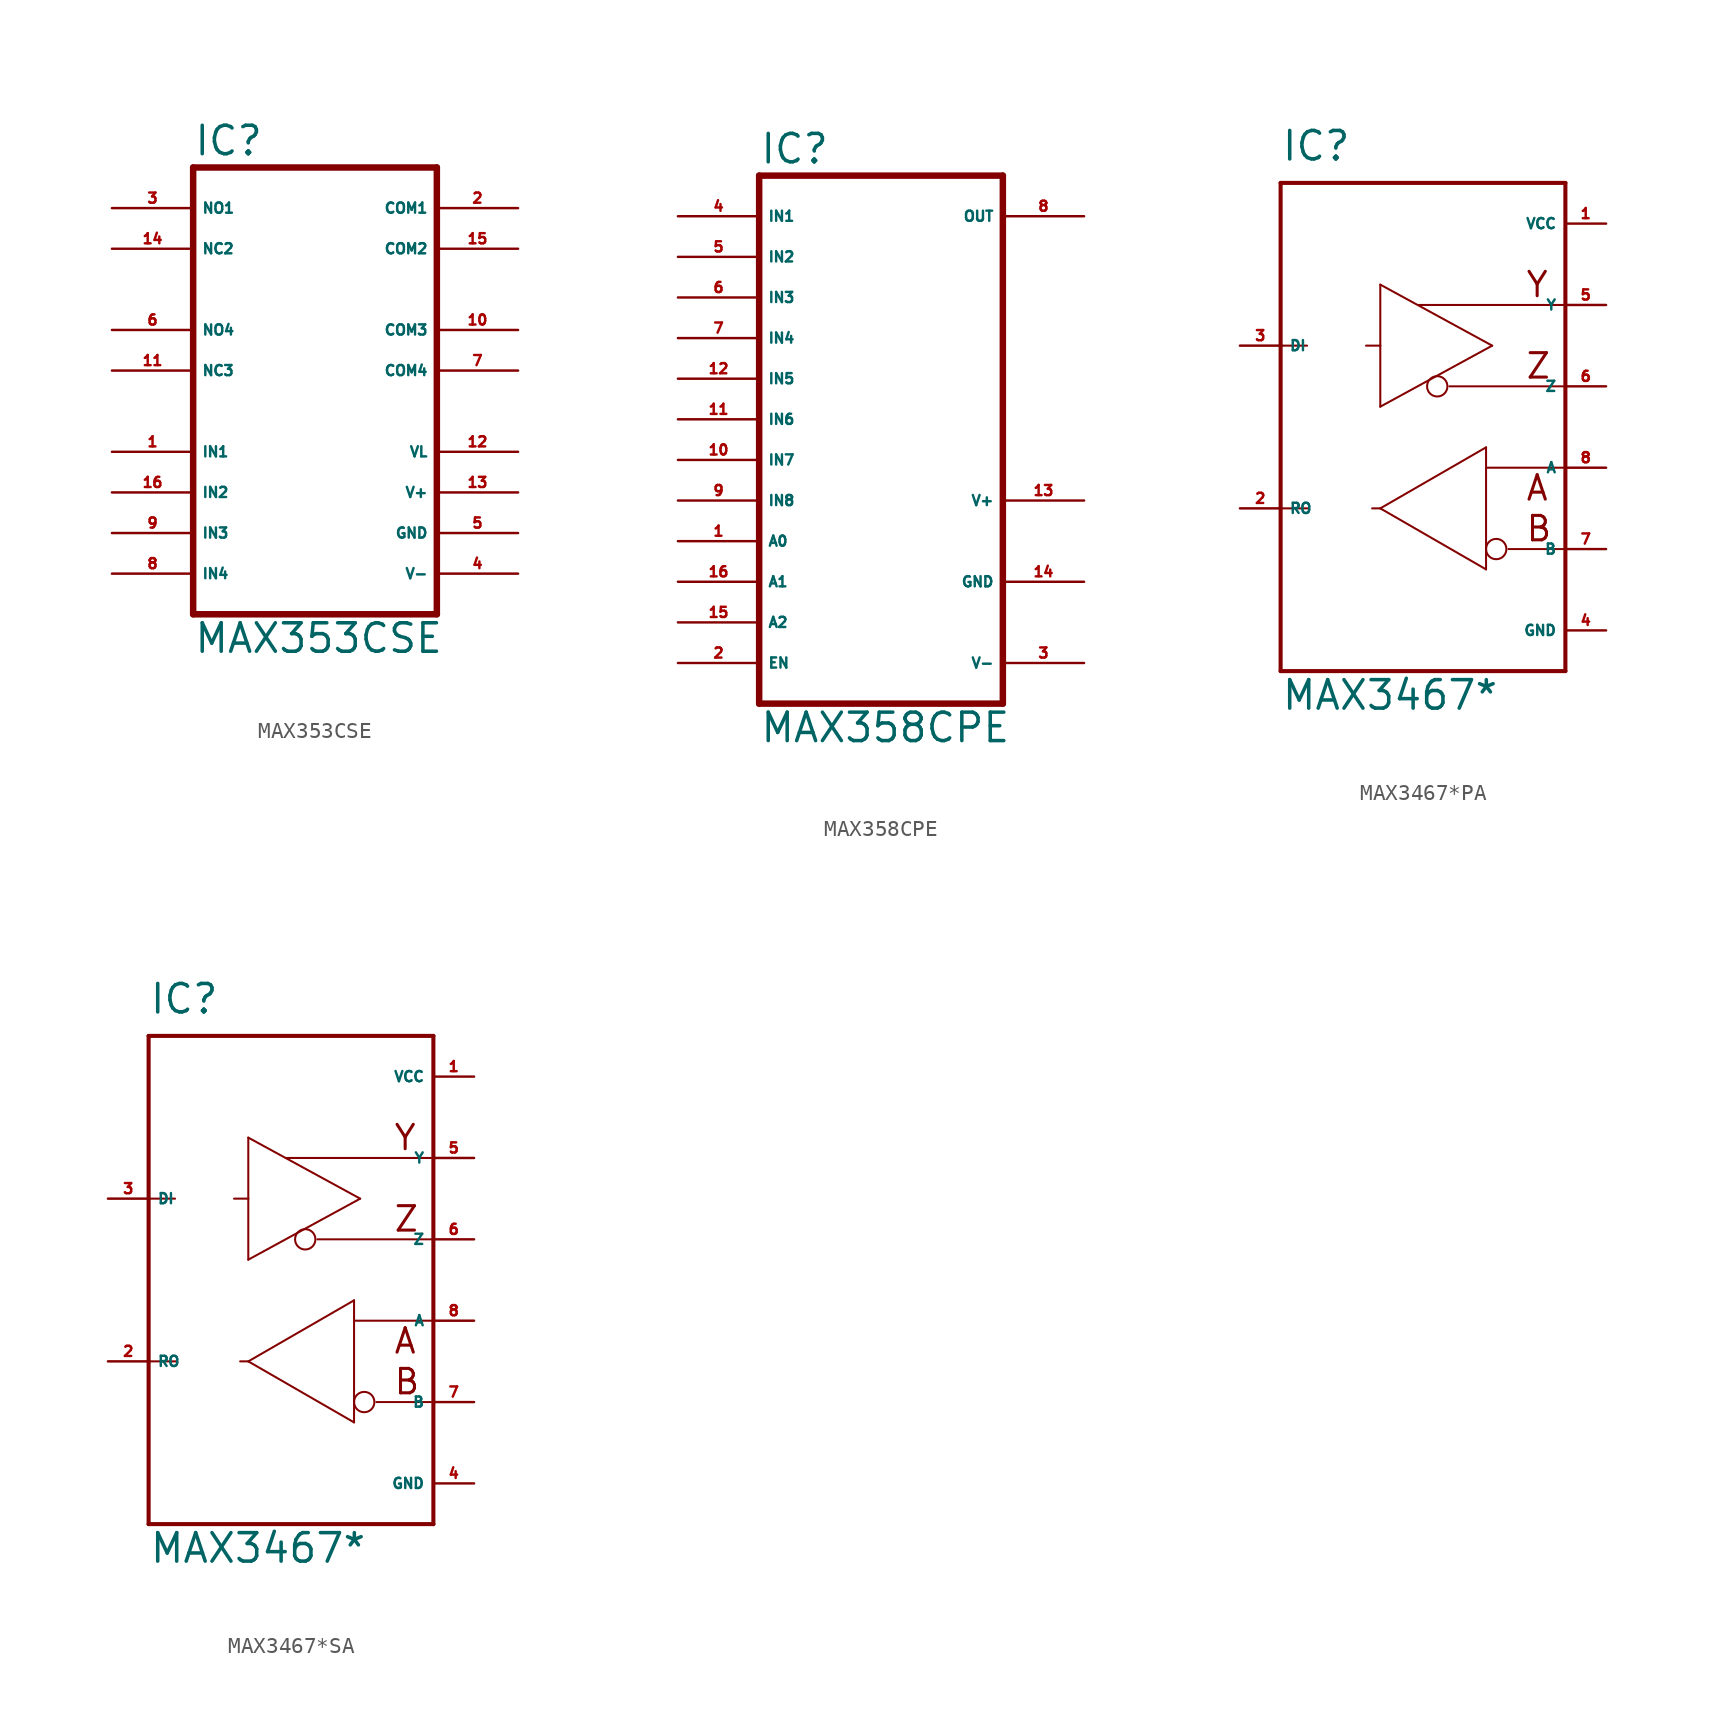
<source format=kicad_sym>
(kicad_symbol_lib
  (version 20220914)
  (generator Eagle2Kicad)
  (symbol "MAX353CSE"
    (property "Reference" "IC"
      (at -7.62 13.335 0)
      (effects (font (size 1.778 1.778) (thickness 0.22)) (justify left bottom)))
    (property "Value" "MAX353CSE"
      (at -7.62 -17.78 0)
      (effects (font (size 1.778 1.778) (thickness 0.22)) (justify left bottom)))
    (polyline
      (pts (xy 7.62 -15.24) (xy -7.62 -15.24))
      (stroke (width 0.406) (type default))
      (fill (type none)))
    (polyline
      (pts (xy -7.62 -15.24) (xy -7.62 12.7))
      (stroke (width 0.406) (type default))
      (fill (type none)))
    (polyline
      (pts (xy -7.62 12.7) (xy 7.62 12.7))
      (stroke (width 0.406) (type default))
      (fill (type none)))
    (polyline
      (pts (xy 7.62 12.7) (xy 7.62 -15.24))
      (stroke (width 0.406) (type default))
      (fill (type none)))
    (pin input line
      (at -12.7 -5.08 0)
      (length 5.08)
      (name "IN1" (effects (font (size 0.635 0.635) (thickness 0.08)) (justify left bottom)))
      (number "1" (effects (font (size 0.635 0.635) (thickness 0.08)) (justify left bottom))))
    (pin input line
      (at -12.7 -7.62 0)
      (length 5.08)
      (name "IN2" (effects (font (size 0.635 0.635) (thickness 0.08)) (justify left bottom)))
      (number "16" (effects (font (size 0.635 0.635) (thickness 0.08)) (justify left bottom))))
    (pin input line
      (at -12.7 -10.16 0)
      (length 5.08)
      (name "IN3" (effects (font (size 0.635 0.635) (thickness 0.08)) (justify left bottom)))
      (number "9" (effects (font (size 0.635 0.635) (thickness 0.08)) (justify left bottom))))
    (pin input line
      (at -12.7 -12.7 0)
      (length 5.08)
      (name "IN4" (effects (font (size 0.635 0.635) (thickness 0.08)) (justify left bottom)))
      (number "8" (effects (font (size 0.635 0.635) (thickness 0.08)) (justify left bottom))))
    (pin passive line
      (at -12.7 10.16 0)
      (length 5.08)
      (name "NO1" (effects (font (size 0.635 0.635) (thickness 0.08)) (justify left bottom)))
      (number "3" (effects (font (size 0.635 0.635) (thickness 0.08)) (justify left bottom))))
    (pin passive line
      (at -12.7 7.62 0)
      (length 5.08)
      (name "NC2" (effects (font (size 0.635 0.635) (thickness 0.08)) (justify left bottom)))
      (number "14" (effects (font (size 0.635 0.635) (thickness 0.08)) (justify left bottom))))
    (pin passive line
      (at -12.7 2.54 0)
      (length 5.08)
      (name "NO4" (effects (font (size 0.635 0.635) (thickness 0.08)) (justify left bottom)))
      (number "6" (effects (font (size 0.635 0.635) (thickness 0.08)) (justify left bottom))))
    (pin passive line
      (at -12.7 0 0)
      (length 5.08)
      (name "NC3" (effects (font (size 0.635 0.635) (thickness 0.08)) (justify left bottom)))
      (number "11" (effects (font (size 0.635 0.635) (thickness 0.08)) (justify left bottom))))
    (pin passive line
      (at 12.7 10.16 180)
      (length 5.08)
      (name "COM1" (effects (font (size 0.635 0.635) (thickness 0.08)) (justify left bottom)))
      (number "2" (effects (font (size 0.635 0.635) (thickness 0.08)) (justify left bottom))))
    (pin passive line
      (at 12.7 7.62 180)
      (length 5.08)
      (name "COM2" (effects (font (size 0.635 0.635) (thickness 0.08)) (justify left bottom)))
      (number "15" (effects (font (size 0.635 0.635) (thickness 0.08)) (justify left bottom))))
    (pin passive line
      (at 12.7 2.54 180)
      (length 5.08)
      (name "COM3" (effects (font (size 0.635 0.635) (thickness 0.08)) (justify left bottom)))
      (number "10" (effects (font (size 0.635 0.635) (thickness 0.08)) (justify left bottom))))
    (pin passive line
      (at 12.7 0 180)
      (length 5.08)
      (name "COM4" (effects (font (size 0.635 0.635) (thickness 0.08)) (justify left bottom)))
      (number "7" (effects (font (size 0.635 0.635) (thickness 0.08)) (justify left bottom))))
    (pin unspecified line
      (at 12.7 -7.62 180)
      (length 5.08)
      (name "V+" (effects (font (size 0.635 0.635) (thickness 0.08)) (justify left bottom)))
      (number "13" (effects (font (size 0.635 0.635) (thickness 0.08)) (justify left bottom))))
    (pin unspecified line
      (at 12.7 -5.08 180)
      (length 5.08)
      (name "VL" (effects (font (size 0.635 0.635) (thickness 0.08)) (justify left bottom)))
      (number "12" (effects (font (size 0.635 0.635) (thickness 0.08)) (justify left bottom))))
    (pin unspecified line
      (at 12.7 -10.16 180)
      (length 5.08)
      (name "GND" (effects (font (size 0.635 0.635) (thickness 0.08)) (justify left bottom)))
      (number "5" (effects (font (size 0.635 0.635) (thickness 0.08)) (justify left bottom))))
    (pin unspecified line
      (at 12.7 -12.7 180)
      (length 5.08)
      (name "V-" (effects (font (size 0.635 0.635) (thickness 0.08)) (justify left bottom)))
      (number "4" (effects (font (size 0.635 0.635) (thickness 0.08)) (justify left bottom)))))
  (symbol "MAX358CPE"
    (property "Reference" "IC"
      (at -7.62 15.875 0)
      (effects (font (size 1.778 1.778) (thickness 0.22)) (justify left bottom)))
    (property "Value" "MAX358CPE"
      (at -7.62 -20.32 0)
      (effects (font (size 1.778 1.778) (thickness 0.22)) (justify left bottom)))
    (polyline
      (pts (xy 7.62 -17.78) (xy -7.62 -17.78))
      (stroke (width 0.406) (type default))
      (fill (type none)))
    (polyline
      (pts (xy -7.62 15.24) (xy -7.62 -17.78))
      (stroke (width 0.406) (type default))
      (fill (type none)))
    (polyline
      (pts (xy -7.62 15.24) (xy 7.62 15.24))
      (stroke (width 0.406) (type default))
      (fill (type none)))
    (polyline
      (pts (xy 7.62 -17.78) (xy 7.62 15.24))
      (stroke (width 0.406) (type default))
      (fill (type none)))
    (pin passive line
      (at -12.7 12.7 0)
      (length 5.08)
      (name "IN1" (effects (font (size 0.635 0.635) (thickness 0.08)) (justify left bottom)))
      (number "4" (effects (font (size 0.635 0.635) (thickness 0.08)) (justify left bottom))))
    (pin passive line
      (at -12.7 10.16 0)
      (length 5.08)
      (name "IN2" (effects (font (size 0.635 0.635) (thickness 0.08)) (justify left bottom)))
      (number "5" (effects (font (size 0.635 0.635) (thickness 0.08)) (justify left bottom))))
    (pin passive line
      (at -12.7 7.62 0)
      (length 5.08)
      (name "IN3" (effects (font (size 0.635 0.635) (thickness 0.08)) (justify left bottom)))
      (number "6" (effects (font (size 0.635 0.635) (thickness 0.08)) (justify left bottom))))
    (pin passive line
      (at -12.7 5.08 0)
      (length 5.08)
      (name "IN4" (effects (font (size 0.635 0.635) (thickness 0.08)) (justify left bottom)))
      (number "7" (effects (font (size 0.635 0.635) (thickness 0.08)) (justify left bottom))))
    (pin passive line
      (at -12.7 2.54 0)
      (length 5.08)
      (name "IN5" (effects (font (size 0.635 0.635) (thickness 0.08)) (justify left bottom)))
      (number "12" (effects (font (size 0.635 0.635) (thickness 0.08)) (justify left bottom))))
    (pin passive line
      (at -12.7 0 0)
      (length 5.08)
      (name "IN6" (effects (font (size 0.635 0.635) (thickness 0.08)) (justify left bottom)))
      (number "11" (effects (font (size 0.635 0.635) (thickness 0.08)) (justify left bottom))))
    (pin passive line
      (at -12.7 -2.54 0)
      (length 5.08)
      (name "IN7" (effects (font (size 0.635 0.635) (thickness 0.08)) (justify left bottom)))
      (number "10" (effects (font (size 0.635 0.635) (thickness 0.08)) (justify left bottom))))
    (pin passive line
      (at -12.7 -5.08 0)
      (length 5.08)
      (name "IN8" (effects (font (size 0.635 0.635) (thickness 0.08)) (justify left bottom)))
      (number "9" (effects (font (size 0.635 0.635) (thickness 0.08)) (justify left bottom))))
    (pin input line
      (at -12.7 -15.24 0)
      (length 5.08)
      (name "EN" (effects (font (size 0.635 0.635) (thickness 0.08)) (justify left bottom)))
      (number "2" (effects (font (size 0.635 0.635) (thickness 0.08)) (justify left bottom))))
    (pin passive line
      (at 12.7 12.7 180)
      (length 5.08)
      (name "OUT" (effects (font (size 0.635 0.635) (thickness 0.08)) (justify left bottom)))
      (number "8" (effects (font (size 0.635 0.635) (thickness 0.08)) (justify left bottom))))
    (pin input line
      (at -12.7 -7.62 0)
      (length 5.08)
      (name "A0" (effects (font (size 0.635 0.635) (thickness 0.08)) (justify left bottom)))
      (number "1" (effects (font (size 0.635 0.635) (thickness 0.08)) (justify left bottom))))
    (pin input line
      (at -12.7 -10.16 0)
      (length 5.08)
      (name "A1" (effects (font (size 0.635 0.635) (thickness 0.08)) (justify left bottom)))
      (number "16" (effects (font (size 0.635 0.635) (thickness 0.08)) (justify left bottom))))
    (pin input line
      (at -12.7 -12.7 0)
      (length 5.08)
      (name "A2" (effects (font (size 0.635 0.635) (thickness 0.08)) (justify left bottom)))
      (number "15" (effects (font (size 0.635 0.635) (thickness 0.08)) (justify left bottom))))
    (pin unspecified line
      (at 12.7 -10.16 180)
      (length 5.08)
      (name "GND" (effects (font (size 0.635 0.635) (thickness 0.08)) (justify left bottom)))
      (number "14" (effects (font (size 0.635 0.635) (thickness 0.08)) (justify left bottom))))
    (pin unspecified line
      (at 12.7 -15.24 180)
      (length 5.08)
      (name "V-" (effects (font (size 0.635 0.635) (thickness 0.08)) (justify left bottom)))
      (number "3" (effects (font (size 0.635 0.635) (thickness 0.08)) (justify left bottom))))
    (pin unspecified line
      (at 12.7 -5.08 180)
      (length 5.08)
      (name "V+" (effects (font (size 0.635 0.635) (thickness 0.08)) (justify left bottom)))
      (number "13" (effects (font (size 0.635 0.635) (thickness 0.08)) (justify left bottom)))))
  (symbol "MAX3467*PA"
    (property "Reference" "IC"
      (at -7.62 16.51 0)
      (effects (font (size 1.778 1.778) (thickness 0.22)) (justify left bottom)))
    (property "Value" "MAX3467*"
      (at -7.62 -17.78 0)
      (effects (font (size 1.778 1.778) (thickness 0.22)) (justify left bottom)))
    (polyline
      (pts (xy -7.62 15.24) (xy 10.16 15.24))
      (stroke (width 0.254) (type default))
      (fill (type none)))
    (polyline
      (pts (xy 10.16 15.24) (xy 10.16 -15.24))
      (stroke (width 0.254) (type default))
      (fill (type none)))
    (polyline
      (pts (xy 10.16 -15.24) (xy -7.62 -15.24))
      (stroke (width 0.254) (type default))
      (fill (type none)))
    (polyline
      (pts (xy -7.62 -5.08) (xy -7.62 5.08))
      (stroke (width 0.254) (type default))
      (fill (type none)))
    (polyline
      (pts (xy -7.62 5.08) (xy -7.62 15.24))
      (stroke (width 0.254) (type default))
      (fill (type none)))
    (polyline
      (pts (xy 5.207 -1.27) (xy 5.207 -2.54))
      (stroke (width 0.127) (type default))
      (fill (type none)))
    (polyline
      (pts (xy 5.207 -2.54) (xy 5.207 -8.89))
      (stroke (width 0.127) (type default))
      (fill (type none)))
    (polyline
      (pts (xy 5.207 -8.89) (xy -1.397 -5.08))
      (stroke (width 0.127) (type default))
      (fill (type none)))
    (polyline
      (pts (xy -1.397 -5.08) (xy 5.207 -1.27))
      (stroke (width 0.127) (type default))
      (fill (type none)))
    (polyline
      (pts (xy 5.207 -2.54) (xy 10.033 -2.54))
      (stroke (width 0.127) (type default))
      (fill (type none)))
    (polyline
      (pts (xy 10.033 -7.62) (xy 6.604 -7.62))
      (stroke (width 0.127) (type default))
      (fill (type none)))
    (polyline
      (pts (xy -7.62 -5.08) (xy -5.842 -5.08))
      (stroke (width 0.127) (type default))
      (fill (type none)))
    (polyline
      (pts (xy -1.905 -5.08) (xy -1.397 -5.08))
      (stroke (width 0.127) (type default))
      (fill (type none)))
    (polyline
      (pts (xy -7.62 -5.08) (xy -7.62 -15.24))
      (stroke (width 0.254) (type default))
      (fill (type none)))
    (polyline
      (pts (xy -1.397 1.27) (xy -1.397 5.08))
      (stroke (width 0.127) (type default))
      (fill (type none)))
    (polyline
      (pts (xy -1.397 5.08) (xy -1.397 8.89))
      (stroke (width 0.127) (type default))
      (fill (type none)))
    (polyline
      (pts (xy -1.397 8.89) (xy 5.588 5.08))
      (stroke (width 0.127) (type default))
      (fill (type none)))
    (polyline
      (pts (xy 5.588 5.08) (xy -1.397 1.27))
      (stroke (width 0.127) (type default))
      (fill (type none)))
    (polyline
      (pts (xy -7.62 5.08) (xy -5.969 5.08))
      (stroke (width 0.127) (type default))
      (fill (type none)))
    (polyline
      (pts (xy -2.286 5.08) (xy -1.397 5.08))
      (stroke (width 0.127) (type default))
      (fill (type none)))
    (polyline
      (pts (xy 1.016 7.62) (xy 10.033 7.62))
      (stroke (width 0.127) (type default))
      (fill (type none)))
    (polyline
      (pts (xy 2.921 2.54) (xy 10.033 2.54))
      (stroke (width 0.127) (type default))
      (fill (type none)))
    (text "A"
      (at 7.62 -4.699 0)
      (effects (font (size 1.524 1.524) (thickness 0.19)) (justify left bottom)))
    (text "B"
      (at 7.62 -7.239 0)
      (effects (font (size 1.524 1.524) (thickness 0.19)) (justify left bottom)))
    (text "Z"
      (at 7.62 2.921 0)
      (effects (font (size 1.524 1.524) (thickness 0.19)) (justify left bottom)))
    (text "Y"
      (at 7.62 8.001 0)
      (effects (font (size 1.524 1.524) (thickness 0.19)) (justify left bottom)))
    (circle
      (center 5.842 -7.62)
      (radius 0.635)
      (stroke (width 0.127) (type default))
      (fill (type none)))
    (circle
      (center 2.159 2.54)
      (radius 0.635)
      (stroke (width 0.127) (type default))
      (fill (type none)))
    (pin output line
      (at -10.16 -5.08 0)
      (length 2.54)
      (name "RO" (effects (font (size 0.635 0.635) (thickness 0.08)) (justify left bottom)))
      (number "2" (effects (font (size 0.635 0.635) (thickness 0.08)) (justify left bottom))))
    (pin passive line
      (at 12.7 -2.54 180)
      (length 2.54)
      (name "A" (effects (font (size 0.635 0.635) (thickness 0.08)) (justify left bottom)))
      (number "8" (effects (font (size 0.635 0.635) (thickness 0.08)) (justify left bottom))))
    (pin passive line
      (at 12.7 -7.62 180)
      (length 2.54)
      (name "B" (effects (font (size 0.635 0.635) (thickness 0.08)) (justify left bottom)))
      (number "7" (effects (font (size 0.635 0.635) (thickness 0.08)) (justify left bottom))))
    (pin input line
      (at -10.16 5.08 0)
      (length 2.54)
      (name "DI" (effects (font (size 0.635 0.635) (thickness 0.08)) (justify left bottom)))
      (number "3" (effects (font (size 0.635 0.635) (thickness 0.08)) (justify left bottom))))
    (pin passive line
      (at 12.7 2.54 180)
      (length 2.54)
      (name "Z" (effects (font (size 0.635 0.635) (thickness 0.08)) (justify left bottom)))
      (number "6" (effects (font (size 0.635 0.635) (thickness 0.08)) (justify left bottom))))
    (pin passive line
      (at 12.7 7.62 180)
      (length 2.54)
      (name "Y" (effects (font (size 0.635 0.635) (thickness 0.08)) (justify left bottom)))
      (number "5" (effects (font (size 0.635 0.635) (thickness 0.08)) (justify left bottom))))
    (pin unspecified line
      (at 12.7 -12.7 180)
      (length 2.54)
      (name "GND" (effects (font (size 0.635 0.635) (thickness 0.08)) (justify left bottom)))
      (number "4" (effects (font (size 0.635 0.635) (thickness 0.08)) (justify left bottom))))
    (pin unspecified line
      (at 12.7 12.7 180)
      (length 2.54)
      (name "VCC" (effects (font (size 0.635 0.635) (thickness 0.08)) (justify left bottom)))
      (number "1" (effects (font (size 0.635 0.635) (thickness 0.08)) (justify left bottom)))))
  (symbol "MAX3467*SA"
    (property "Reference" "IC"
      (at -7.62 16.51 0)
      (effects (font (size 1.778 1.778) (thickness 0.22)) (justify left bottom)))
    (property "Value" "MAX3467*"
      (at -7.62 -17.78 0)
      (effects (font (size 1.778 1.778) (thickness 0.22)) (justify left bottom)))
    (polyline
      (pts (xy -7.62 15.24) (xy 10.16 15.24))
      (stroke (width 0.254) (type default))
      (fill (type none)))
    (polyline
      (pts (xy 10.16 15.24) (xy 10.16 -15.24))
      (stroke (width 0.254) (type default))
      (fill (type none)))
    (polyline
      (pts (xy 10.16 -15.24) (xy -7.62 -15.24))
      (stroke (width 0.254) (type default))
      (fill (type none)))
    (polyline
      (pts (xy -7.62 -5.08) (xy -7.62 5.08))
      (stroke (width 0.254) (type default))
      (fill (type none)))
    (polyline
      (pts (xy -7.62 5.08) (xy -7.62 15.24))
      (stroke (width 0.254) (type default))
      (fill (type none)))
    (polyline
      (pts (xy 5.207 -1.27) (xy 5.207 -2.54))
      (stroke (width 0.127) (type default))
      (fill (type none)))
    (polyline
      (pts (xy 5.207 -2.54) (xy 5.207 -8.89))
      (stroke (width 0.127) (type default))
      (fill (type none)))
    (polyline
      (pts (xy 5.207 -8.89) (xy -1.397 -5.08))
      (stroke (width 0.127) (type default))
      (fill (type none)))
    (polyline
      (pts (xy -1.397 -5.08) (xy 5.207 -1.27))
      (stroke (width 0.127) (type default))
      (fill (type none)))
    (polyline
      (pts (xy 5.207 -2.54) (xy 10.033 -2.54))
      (stroke (width 0.127) (type default))
      (fill (type none)))
    (polyline
      (pts (xy 10.033 -7.62) (xy 6.604 -7.62))
      (stroke (width 0.127) (type default))
      (fill (type none)))
    (polyline
      (pts (xy -7.62 -5.08) (xy -5.842 -5.08))
      (stroke (width 0.127) (type default))
      (fill (type none)))
    (polyline
      (pts (xy -1.905 -5.08) (xy -1.397 -5.08))
      (stroke (width 0.127) (type default))
      (fill (type none)))
    (polyline
      (pts (xy -7.62 -5.08) (xy -7.62 -15.24))
      (stroke (width 0.254) (type default))
      (fill (type none)))
    (polyline
      (pts (xy -1.397 1.27) (xy -1.397 5.08))
      (stroke (width 0.127) (type default))
      (fill (type none)))
    (polyline
      (pts (xy -1.397 5.08) (xy -1.397 8.89))
      (stroke (width 0.127) (type default))
      (fill (type none)))
    (polyline
      (pts (xy -1.397 8.89) (xy 5.588 5.08))
      (stroke (width 0.127) (type default))
      (fill (type none)))
    (polyline
      (pts (xy 5.588 5.08) (xy -1.397 1.27))
      (stroke (width 0.127) (type default))
      (fill (type none)))
    (polyline
      (pts (xy -7.62 5.08) (xy -5.969 5.08))
      (stroke (width 0.127) (type default))
      (fill (type none)))
    (polyline
      (pts (xy -2.286 5.08) (xy -1.397 5.08))
      (stroke (width 0.127) (type default))
      (fill (type none)))
    (polyline
      (pts (xy 1.016 7.62) (xy 10.033 7.62))
      (stroke (width 0.127) (type default))
      (fill (type none)))
    (polyline
      (pts (xy 2.921 2.54) (xy 10.033 2.54))
      (stroke (width 0.127) (type default))
      (fill (type none)))
    (text "A"
      (at 7.62 -4.699 0)
      (effects (font (size 1.524 1.524) (thickness 0.19)) (justify left bottom)))
    (text "B"
      (at 7.62 -7.239 0)
      (effects (font (size 1.524 1.524) (thickness 0.19)) (justify left bottom)))
    (text "Z"
      (at 7.62 2.921 0)
      (effects (font (size 1.524 1.524) (thickness 0.19)) (justify left bottom)))
    (text "Y"
      (at 7.62 8.001 0)
      (effects (font (size 1.524 1.524) (thickness 0.19)) (justify left bottom)))
    (circle
      (center 5.842 -7.62)
      (radius 0.635)
      (stroke (width 0.127) (type default))
      (fill (type none)))
    (circle
      (center 2.159 2.54)
      (radius 0.635)
      (stroke (width 0.127) (type default))
      (fill (type none)))
    (pin output line
      (at -10.16 -5.08 0)
      (length 2.54)
      (name "RO" (effects (font (size 0.635 0.635) (thickness 0.08)) (justify left bottom)))
      (number "2" (effects (font (size 0.635 0.635) (thickness 0.08)) (justify left bottom))))
    (pin passive line
      (at 12.7 -2.54 180)
      (length 2.54)
      (name "A" (effects (font (size 0.635 0.635) (thickness 0.08)) (justify left bottom)))
      (number "8" (effects (font (size 0.635 0.635) (thickness 0.08)) (justify left bottom))))
    (pin passive line
      (at 12.7 -7.62 180)
      (length 2.54)
      (name "B" (effects (font (size 0.635 0.635) (thickness 0.08)) (justify left bottom)))
      (number "7" (effects (font (size 0.635 0.635) (thickness 0.08)) (justify left bottom))))
    (pin input line
      (at -10.16 5.08 0)
      (length 2.54)
      (name "DI" (effects (font (size 0.635 0.635) (thickness 0.08)) (justify left bottom)))
      (number "3" (effects (font (size 0.635 0.635) (thickness 0.08)) (justify left bottom))))
    (pin passive line
      (at 12.7 2.54 180)
      (length 2.54)
      (name "Z" (effects (font (size 0.635 0.635) (thickness 0.08)) (justify left bottom)))
      (number "6" (effects (font (size 0.635 0.635) (thickness 0.08)) (justify left bottom))))
    (pin passive line
      (at 12.7 7.62 180)
      (length 2.54)
      (name "Y" (effects (font (size 0.635 0.635) (thickness 0.08)) (justify left bottom)))
      (number "5" (effects (font (size 0.635 0.635) (thickness 0.08)) (justify left bottom))))
    (pin unspecified line
      (at 12.7 -12.7 180)
      (length 2.54)
      (name "GND" (effects (font (size 0.635 0.635) (thickness 0.08)) (justify left bottom)))
      (number "4" (effects (font (size 0.635 0.635) (thickness 0.08)) (justify left bottom))))
    (pin unspecified line
      (at 12.7 12.7 180)
      (length 2.54)
      (name "VCC" (effects (font (size 0.635 0.635) (thickness 0.08)) (justify left bottom)))
      (number "1" (effects (font (size 0.635 0.635) (thickness 0.08)) (justify left bottom))))))
</source>
